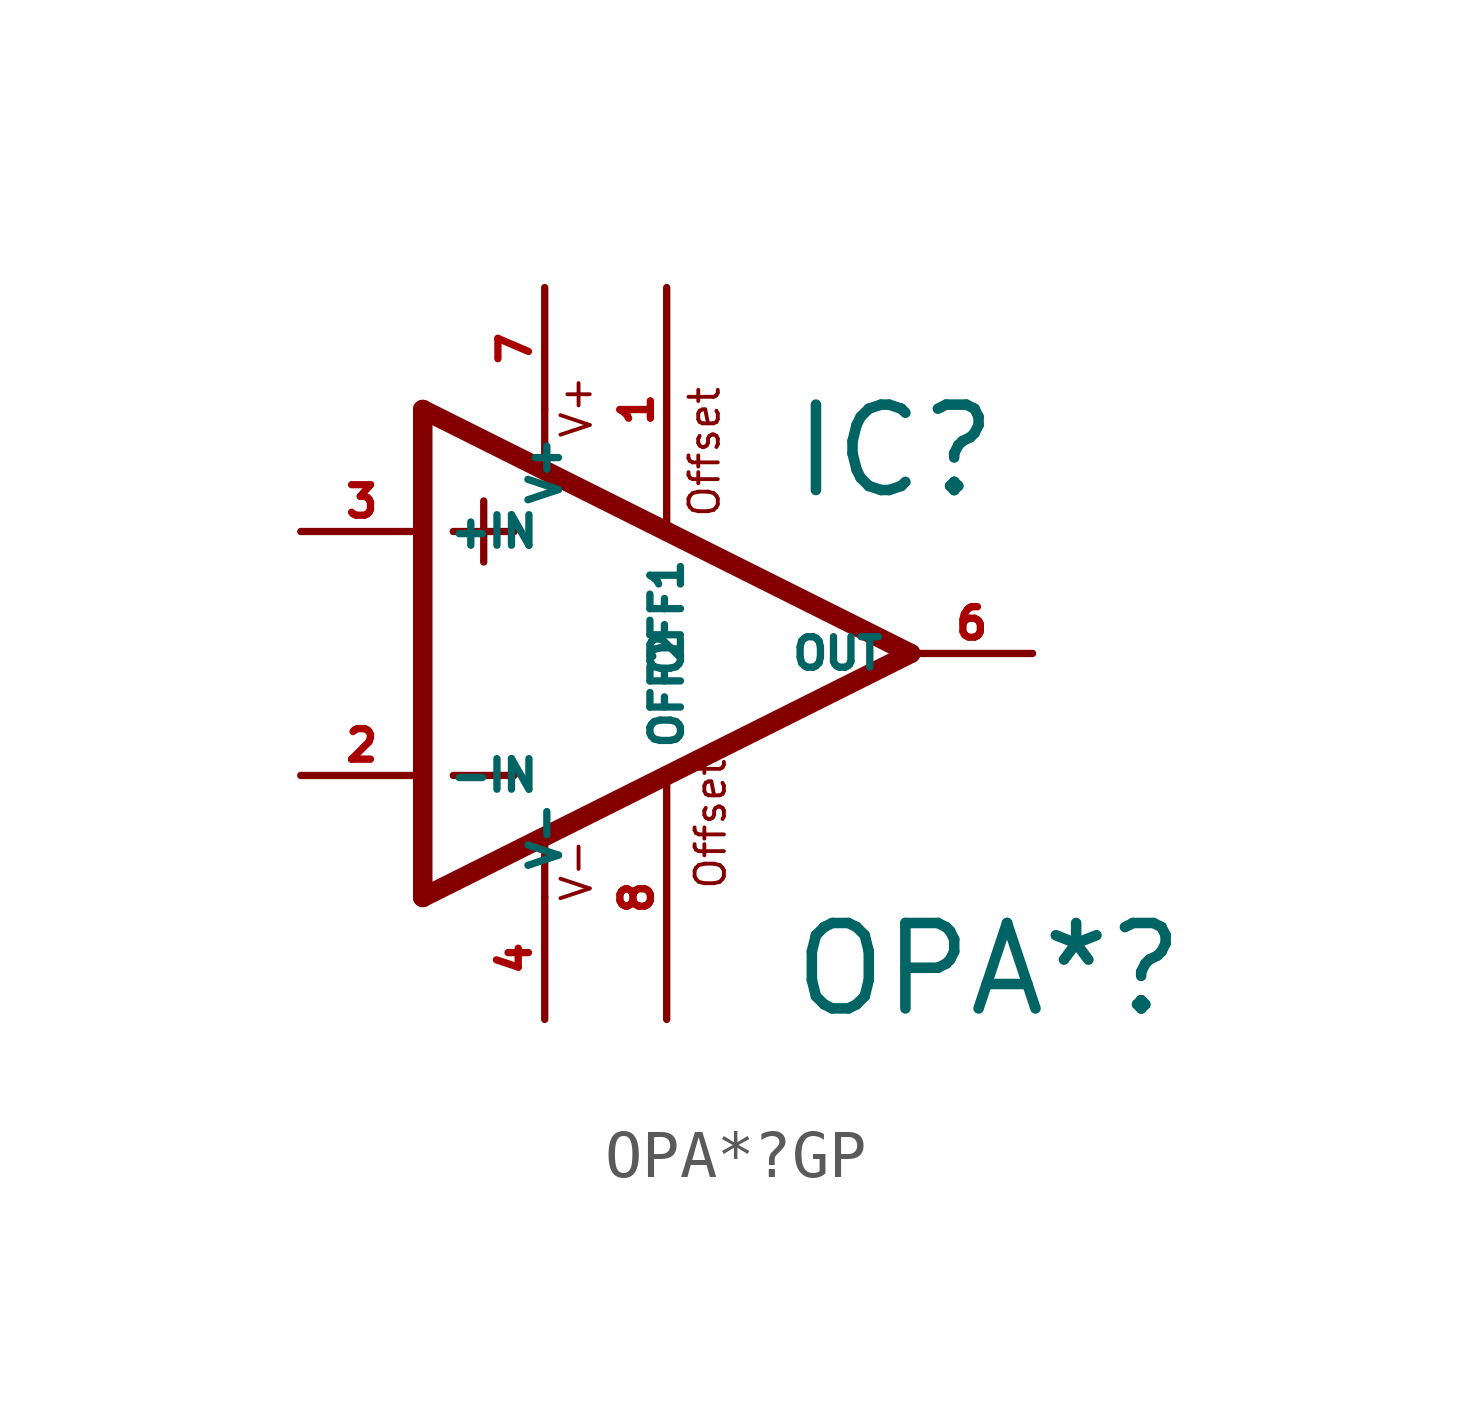
<source format=kicad_sym>
(kicad_symbol_lib
  (version 20220914)
  (generator Eagle2Kicad)
  (symbol "OPA*?GP"
    (property "Reference" "IC"
      (at 2.54 3.175 0)
      (effects (font (size 1.778 1.778) (thickness 0.22)) (justify left bottom)))
    (property "Value" "OPA*?"
      (at 2.54 -7.62 0)
      (effects (font (size 1.778 1.778) (thickness 0.22)) (justify left bottom)))
    (polyline
      (pts (xy -2.54 5.08) (xy -2.54 3.886))
      (stroke (width 0.152) (type default))
      (fill (type none)))
    (polyline
      (pts (xy -5.08 5.08) (xy -5.08 -5.08))
      (stroke (width 0.406) (type default))
      (fill (type none)))
    (polyline
      (pts (xy -5.08 -5.08) (xy 5.08 0))
      (stroke (width 0.406) (type default))
      (fill (type none)))
    (polyline
      (pts (xy 5.08 0) (xy -5.08 5.08))
      (stroke (width 0.406) (type default))
      (fill (type none)))
    (polyline
      (pts (xy -3.81 3.175) (xy -3.81 1.905))
      (stroke (width 0.152) (type default))
      (fill (type none)))
    (polyline
      (pts (xy -4.445 2.54) (xy -3.175 2.54))
      (stroke (width 0.152) (type default))
      (fill (type none)))
    (polyline
      (pts (xy -4.445 -2.54) (xy -3.175 -2.54))
      (stroke (width 0.152) (type default))
      (fill (type none)))
    (polyline
      (pts (xy -2.54 -3.886) (xy -2.54 -5.08))
      (stroke (width 0.152) (type default))
      (fill (type none)))
    (text "Offset"
      (at 1.27 -4.953 900)
      (effects (font (size 0.61 0.61) (thickness 0.08)) (justify left bottom)))
    (text "Offset"
      (at 1.143 2.794 900)
      (effects (font (size 0.61 0.61) (thickness 0.08)) (justify left bottom)))
    (text "V+"
      (at -1.524 4.445 900)
      (effects (font (size 0.61 0.61) (thickness 0.08)) (justify left bottom)))
    (text "V-"
      (at -1.524 -5.207 900)
      (effects (font (size 0.61 0.61) (thickness 0.08)) (justify left bottom)))
    (pin passive line
      (at 0 -7.62 90)
      (length 5.08)
      (name "OFF2" (effects (font (size 0.635 0.635) (thickness 0.08)) (justify left bottom)))
      (number "8" (effects (font (size 0.635 0.635) (thickness 0.08)) (justify left bottom))))
    (pin input line
      (at -7.62 -2.54 0)
      (length 2.54)
      (name "-IN" (effects (font (size 0.635 0.635) (thickness 0.08)) (justify left bottom)))
      (number "2" (effects (font (size 0.635 0.635) (thickness 0.08)) (justify left bottom))))
    (pin input line
      (at -7.62 2.54 0)
      (length 2.54)
      (name "+IN" (effects (font (size 0.635 0.635) (thickness 0.08)) (justify left bottom)))
      (number "3" (effects (font (size 0.635 0.635) (thickness 0.08)) (justify left bottom))))
    (pin passive line
      (at 0 7.62 270)
      (length 5.08)
      (name "OFF1" (effects (font (size 0.635 0.635) (thickness 0.08)) (justify left bottom)))
      (number "1" (effects (font (size 0.635 0.635) (thickness 0.08)) (justify left bottom))))
    (pin output line
      (at 7.62 0 180)
      (length 2.54)
      (name "OUT" (effects (font (size 0.635 0.635) (thickness 0.08)) (justify left bottom)))
      (number "6" (effects (font (size 0.635 0.635) (thickness 0.08)) (justify left bottom))))
    (pin unspecified line
      (at -2.54 7.62 270)
      (length 2.54)
      (name "V+" (effects (font (size 0.635 0.635) (thickness 0.08)) (justify left bottom)))
      (number "7" (effects (font (size 0.635 0.635) (thickness 0.08)) (justify left bottom))))
    (pin unspecified line
      (at -2.54 -7.62 90)
      (length 2.54)
      (name "V-" (effects (font (size 0.635 0.635) (thickness 0.08)) (justify left bottom)))
      (number "4" (effects (font (size 0.635 0.635) (thickness 0.08)) (justify left bottom))))))
</source>
